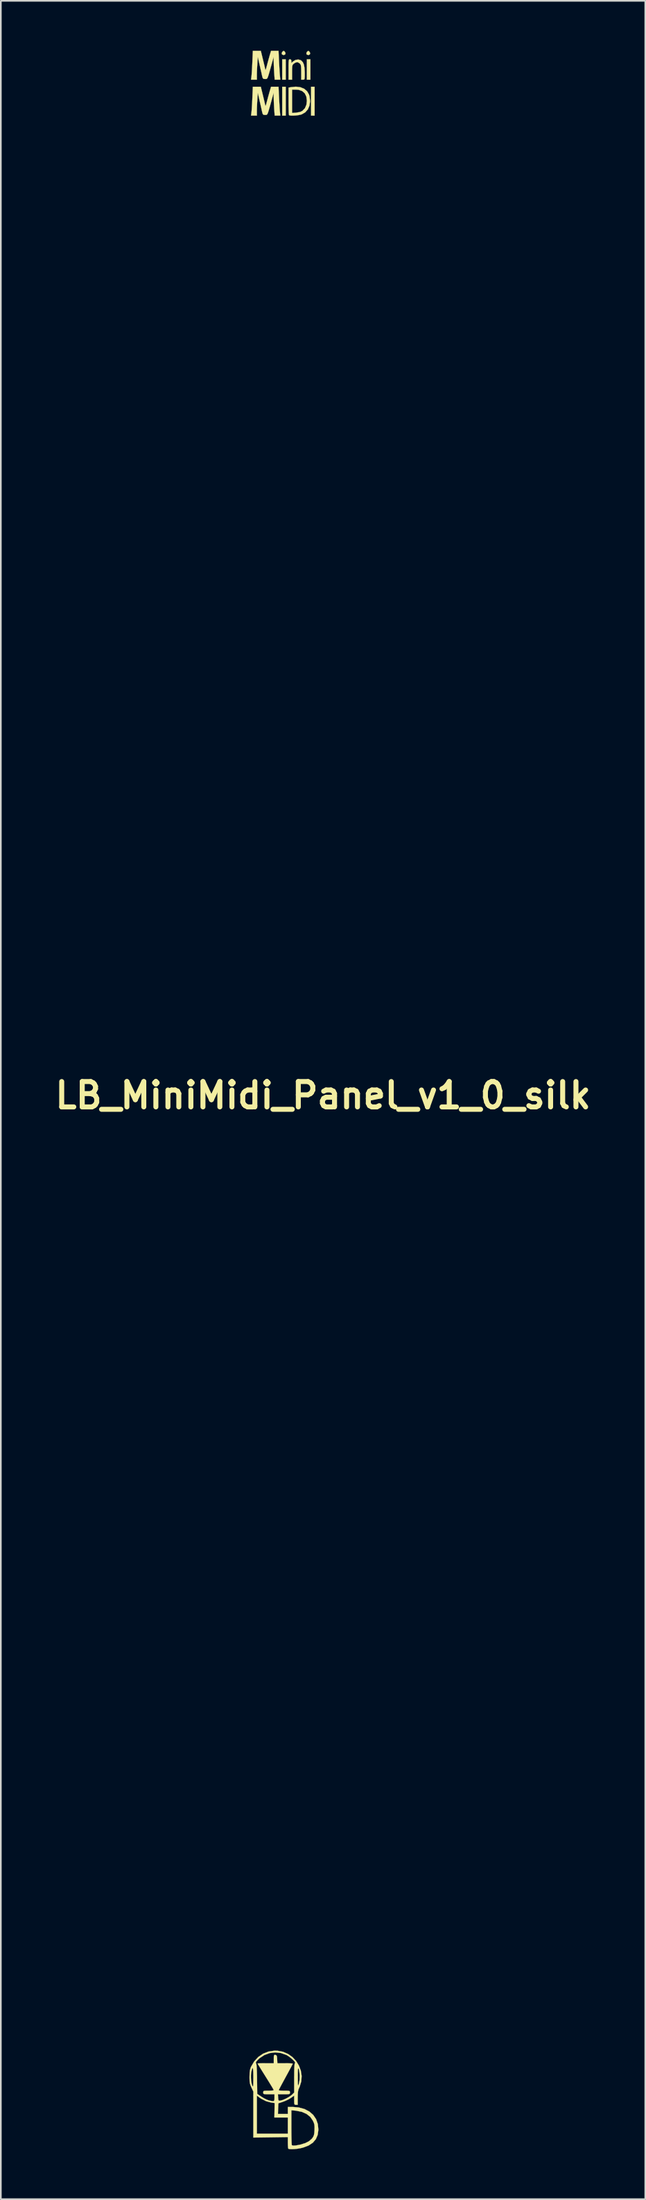
<source format=kicad_pcb>
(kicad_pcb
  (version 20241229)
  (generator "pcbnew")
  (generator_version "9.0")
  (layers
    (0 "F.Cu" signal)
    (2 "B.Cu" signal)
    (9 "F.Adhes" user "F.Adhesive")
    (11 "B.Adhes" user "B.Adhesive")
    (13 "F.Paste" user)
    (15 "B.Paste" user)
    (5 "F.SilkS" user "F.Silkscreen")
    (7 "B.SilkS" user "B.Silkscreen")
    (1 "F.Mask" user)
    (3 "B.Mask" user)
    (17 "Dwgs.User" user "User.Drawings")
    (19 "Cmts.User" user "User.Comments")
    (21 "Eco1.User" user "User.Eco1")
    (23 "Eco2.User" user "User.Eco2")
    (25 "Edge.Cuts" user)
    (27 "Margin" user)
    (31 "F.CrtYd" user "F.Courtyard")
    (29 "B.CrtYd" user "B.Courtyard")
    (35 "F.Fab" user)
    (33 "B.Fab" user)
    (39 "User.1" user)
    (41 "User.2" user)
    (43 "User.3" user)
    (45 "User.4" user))
  (footprint "LB_MiniMidi_Panel_v1_0_silk"
    (layer "F.Cu")
    (at 16.372 62.785)
    (property "Reference" "LB_MiniMidi_Panel_v1_0_silk" (at 0 0 0) (layer "F.SilkS") (effects (font (size 1.524 1.524) (thickness 0.3))))
    (attr through_hole)
    (fp_poly (pts (xy -2.244 -61.045) (xy -2.455 -61.045) (xy -2.455 -62.272) (xy -2.244 -62.272) (xy -2.244 -61.045)) (stroke (width 0.01) (type solid)) (fill yes) (layer "F.SilkS"))
    (fp_poly (pts (xy -2.244 -58.886) (xy -2.455 -58.886) (xy -2.455 -60.621) (xy -2.244 -60.621) (xy -2.244 -58.886)) (stroke (width 0.01) (type solid)) (fill yes) (layer "F.SilkS"))
    (fp_poly (pts (xy -0.762 -61.045) (xy -0.974 -61.045) (xy -0.974 -62.272) (xy -0.762 -62.272) (xy -0.762 -61.045)) (stroke (width 0.01) (type solid)) (fill yes) (layer "F.SilkS"))
    (fp_poly (pts (xy -0.508 -58.886) (xy -0.72 -58.886) (xy -0.72 -60.621) (xy -0.508 -60.621) (xy -0.508 -58.886)) (stroke (width 0.01) (type solid)) (fill yes) (layer "F.SilkS"))
    (fp_poly (pts (xy -2.331 -62.758) (xy -2.301 -62.729) (xy -2.255 -62.642) (xy -2.277 -62.565) (xy -2.356 -62.527) (xy -2.371 -62.526) (xy -2.453 -62.555) (xy -2.484 -62.593) (xy -2.477 -62.673) (xy -2.44 -62.729) (xy -2.381 -62.776) (xy -2.331 -62.758)) (stroke (width 0.01) (type solid)) (fill yes) (layer "F.SilkS"))
    (fp_poly (pts (xy -0.85 -62.758) (xy -0.82 -62.729) (xy -0.774 -62.642) (xy -0.795 -62.565) (xy -0.874 -62.527) (xy -0.889 -62.526) (xy -0.972 -62.555) (xy -1.002 -62.593) (xy -0.995 -62.673) (xy -0.958 -62.729) (xy -0.899 -62.776) (xy -0.85 -62.758)) (stroke (width 0.01) (type solid)) (fill yes) (layer "F.SilkS"))
    (fp_poly (pts (xy -1.363 -60.593) (xy -1.135 -60.5) (xy -0.959 -60.35) (xy -0.842 -60.146) (xy -0.81 -60.036) (xy -0.78 -59.745) (xy -0.818 -59.482) (xy -0.917 -59.258) (xy -1.074 -59.081) (xy -1.283 -58.963) (xy -1.328 -58.948) (xy -1.469 -58.917) (xy -1.634 -58.896) (xy -1.799 -58.886) (xy -1.939 -58.888) (xy -2.03 -58.904) (xy -2.046 -58.914) (xy -2.055 -58.963) (xy -2.063 -59.084) (xy -2.069 -59.262) (xy -2.073 -59.484) (xy -2.074 -59.736) (xy -2.074 -59.755) (xy -2.074 -60.452) (xy -1.863 -60.452) (xy -1.863 -59.045) (xy -1.616 -59.063) (xy -1.384 -59.104) (xy -1.241 -59.173) (xy -1.09 -59.331) (xy -1 -59.544) (xy -0.974 -59.782) (xy -1.006 -60.033) (xy -1.101 -60.227) (xy -1.256 -60.363) (xy -1.469 -60.438) (xy -1.64 -60.452) (xy -1.863 -60.452) (xy -2.074 -60.452) (xy -2.074 -60.568) (xy -1.942 -60.595) (xy -1.634 -60.626) (xy -1.363 -60.593)) (stroke (width 0.01) (type solid)) (fill yes) (layer "F.SilkS"))
    (fp_poly (pts (xy -1.925 -62.249) (xy -1.905 -62.168) (xy -1.905 -62.159) (xy -1.905 -62.046) (xy -1.805 -62.14) (xy -1.654 -62.234) (xy -1.491 -62.26) (xy -1.338 -62.214) (xy -1.303 -62.19) (xy -1.214 -62.092) (xy -1.153 -61.953) (xy -1.117 -61.762) (xy -1.102 -61.504) (xy -1.101 -61.415) (xy -1.102 -61.238) (xy -1.107 -61.129) (xy -1.123 -61.071) (xy -1.153 -61.049) (xy -1.202 -61.045) (xy -1.206 -61.045) (xy -1.312 -61.045) (xy -1.312 -61.489) (xy -1.314 -61.694) (xy -1.322 -61.832) (xy -1.338 -61.922) (xy -1.366 -61.982) (xy -1.397 -62.018) (xy -1.511 -62.092) (xy -1.634 -62.085) (xy -1.751 -62.015) (xy -1.801 -61.972) (xy -1.833 -61.924) (xy -1.852 -61.853) (xy -1.86 -61.742) (xy -1.863 -61.571) (xy -1.863 -61.486) (xy -1.863 -61.045) (xy -2.074 -61.045) (xy -2.074 -61.658) (xy -2.074 -61.898) (xy -2.071 -62.065) (xy -2.064 -62.174) (xy -2.051 -62.236) (xy -2.03 -62.264) (xy -2 -62.272) (xy -1.99 -62.272) (xy -1.925 -62.249)) (stroke (width 0.01) (type solid)) (fill yes) (layer "F.SilkS"))
    (fp_poly (pts (xy -3.631 -62.325) (xy -3.582 -62.123) (xy -3.537 -61.936) (xy -3.503 -61.79) (xy -3.489 -61.722) (xy -3.473 -61.656) (xy -3.457 -61.637) (xy -3.437 -61.673) (xy -3.407 -61.774) (xy -3.365 -61.934) (xy -3.311 -62.136) (xy -3.254 -62.343) (xy -3.206 -62.514) (xy -3.199 -62.537) (xy -3.127 -62.78) (xy -2.677 -62.78) (xy -2.65 -62.198) (xy -2.638 -61.954) (xy -2.624 -61.711) (xy -2.611 -61.497) (xy -2.599 -61.339) (xy -2.598 -61.33) (xy -2.574 -61.045) (xy -2.908 -61.045) (xy -2.936 -61.432) (xy -2.949 -61.653) (xy -2.96 -61.885) (xy -2.966 -62.087) (xy -2.967 -62.12) (xy -2.97 -62.42) (xy -3.087 -61.997) (xy -3.169 -61.702) (xy -3.232 -61.479) (xy -3.28 -61.317) (xy -3.317 -61.207) (xy -3.349 -61.139) (xy -3.379 -61.103) (xy -3.412 -61.088) (xy -3.451 -61.086) (xy -3.485 -61.087) (xy -3.564 -61.092) (xy -3.611 -61.119) (xy -3.643 -61.188) (xy -3.675 -61.32) (xy -3.677 -61.33) (xy -3.71 -61.482) (xy -3.756 -61.683) (xy -3.805 -61.898) (xy -3.827 -61.994) (xy -3.923 -62.415) (xy -3.951 -62.02) (xy -3.964 -61.8) (xy -3.974 -61.571) (xy -3.979 -61.374) (xy -3.979 -61.334) (xy -3.979 -61.045) (xy -4.329 -61.045) (xy -4.304 -61.246) (xy -4.293 -61.359) (xy -4.281 -61.536) (xy -4.268 -61.757) (xy -4.255 -62.001) (xy -4.25 -62.114) (xy -4.221 -62.78) (xy -3.742 -62.78) (xy -3.631 -62.325)) (stroke (width 0.01) (type solid)) (fill yes) (layer "F.SilkS"))
    (fp_poly (pts (xy -3.631 -60.166) (xy -3.582 -59.964) (xy -3.537 -59.777) (xy -3.503 -59.631) (xy -3.489 -59.563) (xy -3.473 -59.497) (xy -3.457 -59.478) (xy -3.437 -59.514) (xy -3.407 -59.615) (xy -3.365 -59.775) (xy -3.311 -59.977) (xy -3.254 -60.184) (xy -3.206 -60.355) (xy -3.199 -60.378) (xy -3.127 -60.621) (xy -2.677 -60.621) (xy -2.65 -60.039) (xy -2.638 -59.795) (xy -2.624 -59.552) (xy -2.611 -59.338) (xy -2.599 -59.18) (xy -2.598 -59.171) (xy -2.574 -58.886) (xy -2.908 -58.886) (xy -2.936 -59.273) (xy -2.949 -59.494) (xy -2.96 -59.726) (xy -2.966 -59.928) (xy -2.967 -59.961) (xy -2.97 -60.261) (xy -3.087 -59.838) (xy -3.169 -59.543) (xy -3.232 -59.32) (xy -3.28 -59.158) (xy -3.317 -59.048) (xy -3.349 -58.98) (xy -3.379 -58.944) (xy -3.412 -58.929) (xy -3.451 -58.927) (xy -3.485 -58.928) (xy -3.564 -58.933) (xy -3.611 -58.96) (xy -3.643 -59.029) (xy -3.675 -59.161) (xy -3.677 -59.171) (xy -3.71 -59.323) (xy -3.756 -59.524) (xy -3.805 -59.739) (xy -3.827 -59.835) (xy -3.923 -60.256) (xy -3.951 -59.861) (xy -3.964 -59.641) (xy -3.974 -59.412) (xy -3.979 -59.215) (xy -3.979 -59.175) (xy -3.979 -58.886) (xy -4.329 -58.886) (xy -4.304 -59.087) (xy -4.293 -59.2) (xy -4.281 -59.377) (xy -4.268 -59.598) (xy -4.255 -59.842) (xy -4.25 -59.955) (xy -4.221 -60.621) (xy -3.742 -60.621) (xy -3.631 -60.166)) (stroke (width 0.01) (type solid)) (fill yes) (layer "F.SilkS"))
    (fp_poly (pts (xy -2.744 57.414) (xy -2.407 57.477) (xy -2.102 57.609) (xy -1.837 57.798) (xy -1.617 58.035) (xy -1.449 58.31) (xy -1.337 58.611) (xy -1.288 58.929) (xy -1.309 59.253) (xy -1.405 59.573) (xy -1.444 59.657) (xy -1.484 59.757) (xy -1.509 59.881) (xy -1.521 60.05) (xy -1.524 60.239) (xy -1.524 60.664) (xy -1.63 60.664) (xy -1.687 60.659) (xy -1.718 60.632) (xy -1.732 60.564) (xy -1.736 60.435) (xy -1.736 60.386) (xy -1.736 60.108) (xy -1.927 60.245) (xy -2.071 60.333) (xy -2.254 60.42) (xy -2.403 60.478) (xy -2.688 60.574) (xy -2.701 60.894) (xy -2.713 61.214) (xy -2.117 61.214) (xy -2.117 60.791) (xy -1.85 60.791) (xy -1.46 60.823) (xy -1.117 60.917) (xy -0.826 61.067) (xy -0.592 61.271) (xy -0.42 61.523) (xy -0.315 61.82) (xy -0.282 62.157) (xy -0.282 62.166) (xy -0.323 62.471) (xy -0.434 62.729) (xy -0.616 62.942) (xy -0.87 63.109) (xy -1.195 63.232) (xy -1.349 63.27) (xy -1.535 63.302) (xy -1.723 63.322) (xy -1.892 63.33) (xy -2.021 63.323) (xy -2.088 63.303) (xy -2.088 63.302) (xy -2.102 63.249) (xy -2.112 63.134) (xy -2.116 62.979) (xy -2.117 62.939) (xy -2.117 62.603) (xy -3.154 62.618) (xy -4.191 62.632) (xy -4.191 62.399) (xy -3.979 62.399) (xy -2.117 62.399) (xy -2.117 62.027) (xy -1.905 62.027) (xy -1.904 62.315) (xy -1.901 62.574) (xy -1.896 62.793) (xy -1.89 62.96) (xy -1.883 63.063) (xy -1.877 63.091) (xy -1.797 63.116) (xy -1.645 63.108) (xy -1.424 63.069) (xy -1.364 63.055) (xy -1.07 62.966) (xy -0.847 62.853) (xy -0.68 62.707) (xy -0.648 62.668) (xy -0.585 62.573) (xy -0.547 62.477) (xy -0.525 62.35) (xy -0.514 62.179) (xy -0.51 61.996) (xy -0.521 61.863) (xy -0.553 61.748) (xy -0.61 61.621) (xy -0.769 61.389) (xy -0.993 61.211) (xy -1.28 61.086) (xy -1.627 61.017) (xy -1.662 61.013) (xy -1.905 60.991) (xy -1.905 62.027) (xy -2.117 62.027) (xy -2.117 61.426) (xy -2.926 61.426) (xy -2.918 60.992) (xy -2.91 60.558) (xy -3.128 60.526) (xy -3.426 60.445) (xy -3.724 60.294) (xy -3.842 60.212) (xy -3.979 60.109) (xy -3.979 62.399) (xy -4.191 62.399) (xy -4.191 61.251) (xy -4.191 59.87) (xy -4.307 59.621) (xy -4.364 59.49) (xy -4.399 59.372) (xy -4.416 59.24) (xy -4.421 59.065) (xy -4.421 58.97) (xy -4.418 58.879) (xy -4.335 58.879) (xy -4.335 59.052) (xy -4.32 59.226) (xy -4.295 59.383) (xy -4.261 59.501) (xy -4.221 59.56) (xy -4.21 59.563) (xy -4.203 59.523) (xy -4.197 59.414) (xy -4.193 59.251) (xy -4.191 59.049) (xy -4.191 58.983) (xy -4.195 58.727) (xy -4.205 58.553) (xy -4.222 58.462) (xy -4.246 58.454) (xy -4.276 58.529) (xy -4.312 58.688) (xy -4.32 58.728) (xy -4.335 58.879) (xy -4.418 58.879) (xy -4.414 58.746) (xy -4.395 58.581) (xy -4.359 58.449) (xy -4.33 58.378) (xy -4.187 58.135) (xy -4.047 58.135) (xy -4.033 58.159) (xy -4.014 58.198) (xy -3.999 58.293) (xy -3.987 58.45) (xy -3.978 58.677) (xy -3.971 58.979) (xy -3.97 59.099) (xy -3.958 60.008) (xy -3.693 60.185) (xy -3.535 60.28) (xy -3.375 60.358) (xy -3.249 60.403) (xy -3.086 60.437) (xy -2.988 60.445) (xy -2.94 60.417) (xy -2.923 60.345) (xy -2.921 60.24) (xy -2.921 60.029) (xy -3.26 60.029) (xy -3.428 60.028) (xy -3.528 60.021) (xy -3.579 60.002) (xy -3.596 59.967) (xy -3.598 59.923) (xy -3.594 59.869) (xy -3.571 59.837) (xy -3.509 59.822) (xy -3.392 59.817) (xy -3.281 59.817) (xy -3.129 59.813) (xy -3.017 59.801) (xy -2.965 59.785) (xy -2.963 59.782) (xy -2.985 59.737) (xy -3.045 59.632) (xy -3.138 59.477) (xy -3.256 59.284) (xy -3.394 59.062) (xy -3.45 58.972) (xy -3.593 58.744) (xy -3.719 58.541) (xy -3.822 58.374) (xy -3.896 58.253) (xy -3.934 58.189) (xy -3.937 58.182) (xy -3.897 58.175) (xy -3.79 58.17) (xy -3.631 58.167) (xy -3.45 58.166) (xy -2.963 58.166) (xy -2.963 57.909) (xy -2.961 57.768) (xy -2.95 57.692) (xy -2.922 57.664) (xy -2.87 57.665) (xy -2.868 57.666) (xy -2.813 57.683) (xy -2.782 57.729) (xy -2.766 57.826) (xy -2.76 57.923) (xy -2.747 58.166) (xy -2.284 58.166) (xy -2.097 58.168) (xy -1.946 58.174) (xy -1.849 58.182) (xy -1.82 58.191) (xy -1.84 58.234) (xy -1.894 58.34) (xy -1.978 58.497) (xy -2.084 58.694) (xy -2.207 58.92) (xy -2.244 58.987) (xy -2.37 59.22) (xy -2.482 59.427) (xy -2.572 59.597) (xy -2.636 59.719) (xy -2.665 59.782) (xy -2.667 59.788) (xy -2.628 59.801) (xy -2.524 59.812) (xy -2.376 59.817) (xy -2.328 59.817) (xy -2.16 59.818) (xy -2.06 59.825) (xy -2.009 59.843) (xy -1.992 59.878) (xy -1.99 59.923) (xy -1.993 59.974) (xy -2.014 60.005) (xy -2.069 60.021) (xy -2.176 60.028) (xy -2.35 60.029) (xy -2.714 60.029) (xy -2.701 60.23) (xy -2.69 60.351) (xy -2.667 60.407) (xy -2.62 60.421) (xy -2.582 60.417) (xy -2.431 60.377) (xy -2.247 60.298) (xy -2.063 60.199) (xy -1.912 60.094) (xy -1.873 60.06) (xy -1.736 59.927) (xy -1.736 59.05) (xy -1.735 58.984) (xy -1.519 58.984) (xy -1.519 58.992) (xy -1.517 59.224) (xy -1.514 59.381) (xy -1.509 59.47) (xy -1.5 59.502) (xy -1.485 59.483) (xy -1.464 59.424) (xy -1.454 59.394) (xy -1.413 59.179) (xy -1.407 58.906) (xy -1.408 58.885) (xy -1.422 58.718) (xy -1.445 58.576) (xy -1.47 58.487) (xy -1.473 58.483) (xy -1.492 58.466) (xy -1.506 58.499) (xy -1.514 58.59) (xy -1.518 58.749) (xy -1.519 58.984) (xy -1.735 58.984) (xy -1.734 58.737) (xy -1.73 58.5) (xy -1.722 58.331) (xy -1.711 58.223) (xy -1.695 58.166) (xy -1.683 58.154) (xy -1.678 58.118) (xy -1.727 58.047) (xy -1.816 57.954) (xy -1.93 57.853) (xy -2.055 57.758) (xy -2.175 57.682) (xy -2.207 57.666) (xy -2.537 57.55) (xy -2.876 57.514) (xy -3.21 57.555) (xy -3.526 57.671) (xy -3.813 57.859) (xy -3.922 57.96) (xy -4.017 58.069) (xy -4.047 58.135) (xy -4.187 58.135) (xy -4.138 58.052) (xy -3.894 57.788) (xy -3.604 57.59) (xy -3.277 57.463) (xy -2.922 57.411) (xy -2.744 57.414)) (stroke (width 0.01) (type solid)) (fill yes) (layer "F.SilkS")))
  (gr_rect
    (start -3 -3)
    (end 35.744 129.12)
    (stroke (width 0.1) (type default))
    (fill no)
    (layer "Edge.Cuts")))
</source>
